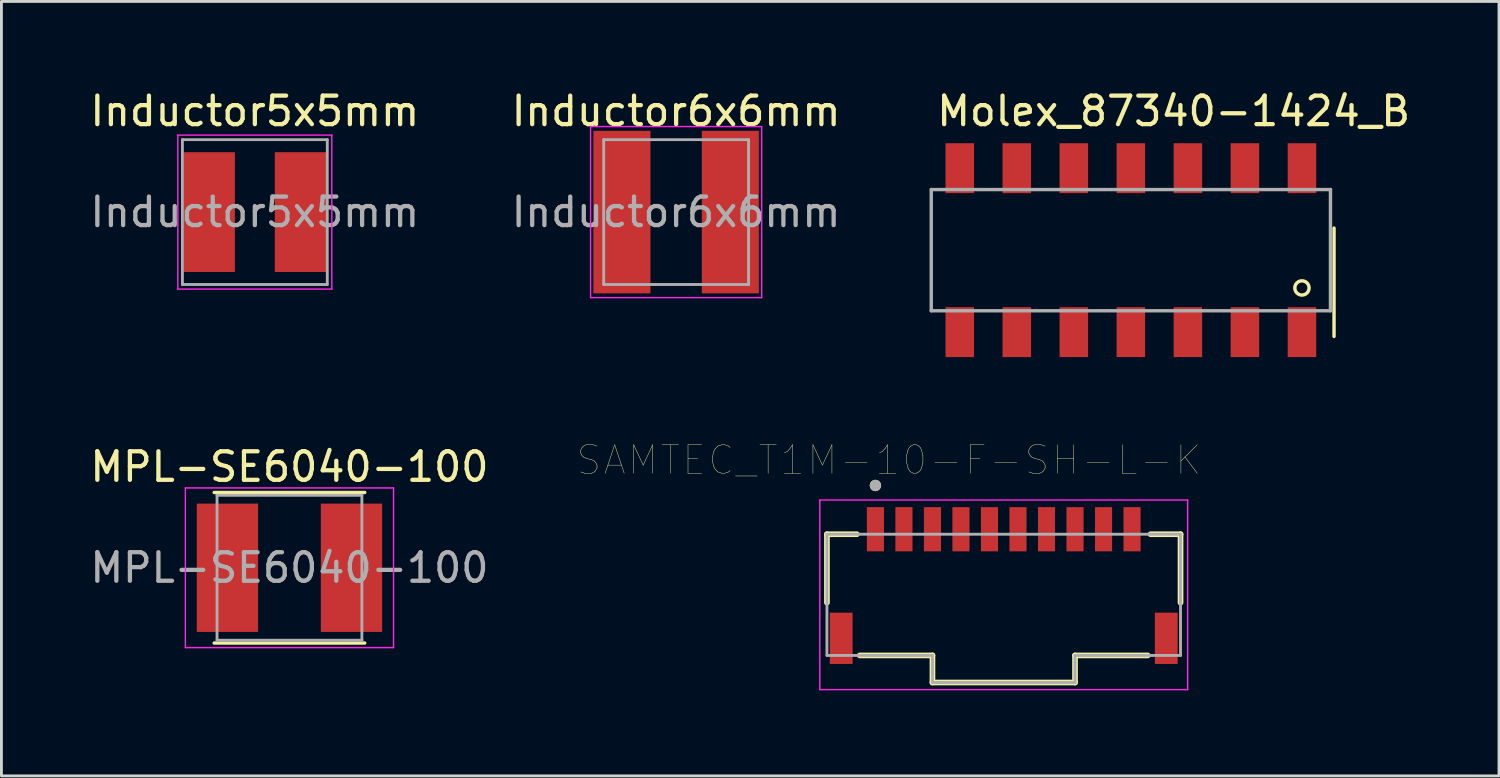
<source format=kicad_pcb>
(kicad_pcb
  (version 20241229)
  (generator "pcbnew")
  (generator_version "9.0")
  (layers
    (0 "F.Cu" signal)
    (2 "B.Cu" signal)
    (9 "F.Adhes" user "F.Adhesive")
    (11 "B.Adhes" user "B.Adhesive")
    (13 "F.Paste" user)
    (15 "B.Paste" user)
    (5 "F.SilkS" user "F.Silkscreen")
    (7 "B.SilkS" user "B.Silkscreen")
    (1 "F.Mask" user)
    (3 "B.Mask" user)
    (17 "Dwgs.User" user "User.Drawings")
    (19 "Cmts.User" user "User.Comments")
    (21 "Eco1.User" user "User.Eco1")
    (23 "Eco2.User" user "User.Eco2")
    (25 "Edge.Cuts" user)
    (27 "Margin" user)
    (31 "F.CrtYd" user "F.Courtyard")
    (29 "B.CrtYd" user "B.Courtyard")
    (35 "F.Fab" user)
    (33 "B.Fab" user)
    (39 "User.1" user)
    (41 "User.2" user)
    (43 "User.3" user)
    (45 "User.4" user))
  (footprint "MPL-SE6040-100"
    (layer "F.Cu")
    (at 7.101 16.861)
    (property "Reference" "MPL-SE6040-100" (at 0 -3.54 0) (layer "F.SilkS") (effects (font (size 1 1) (thickness 0.15))))
    (attr smd)
    (fp_line (start -2.64 -2.64) (end 2.64 -2.64) (stroke (width 0.12) (type solid)) (layer "F.SilkS"))
    (fp_line (start -2.64 2.64) (end 2.64 2.64) (stroke (width 0.12) (type solid)) (layer "F.SilkS"))
    (fp_line (start -3.65 -2.8) (end -3.65 2.8) (stroke (width 0.05) (type solid)) (layer "F.CrtYd"))
    (fp_line (start -3.65 2.8) (end 3.65 2.8) (stroke (width 0.05) (type solid)) (layer "F.CrtYd"))
    (fp_line (start 3.65 -2.8) (end -3.65 -2.8) (stroke (width 0.05) (type solid)) (layer "F.CrtYd"))
    (fp_line (start 3.65 2.8) (end 3.65 -2.8) (stroke (width 0.05) (type solid)) (layer "F.CrtYd"))
    (fp_line (start -2.54 -2.54) (end -2.54 2.54) (stroke (width 0.1) (type solid)) (layer "F.Fab"))
    (fp_line (start -2.54 2.54) (end 2.54 2.54) (stroke (width 0.1) (type solid)) (layer "F.Fab"))
    (fp_line (start 2.54 -2.54) (end -2.54 -2.54) (stroke (width 0.1) (type solid)) (layer "F.Fab"))
    (fp_line (start 2.54 2.54) (end 2.54 -2.54) (stroke (width 0.1) (type solid)) (layer "F.Fab"))
    (fp_text user "${REFERENCE}" (at 0 0 0) (layer "F.Fab") (effects (font (size 1 1) (thickness 0.15))))
    (pad "1" smd rect (at -2.175 0) (size 2.15 4.5) (layers "F.Cu" "F.Mask" "F.Paste"))
    (pad "2" smd rect (at 2.175 0) (size 2.15 4.5) (layers "F.Cu" "F.Mask" "F.Paste")))
  (footprint "Molex_87340-1424_B"
    (layer "F.Cu")
    (at 38.108 0.348)
    (property "Reference" "Molex_87340-1424_B" (at 0 0.5 0) (layer "F.SilkS") (effects (font (size 1 1) (thickness 0.15))))
    (attr through_hole)
    (fp_line (start 5.625 8.4) (end 5.625 4.6) (stroke (width 0.12) (type solid)) (layer "F.SilkS"))
    (fp_circle (center 4.5 6.7) (end 4.75 6.7) (stroke (width 0.12) (type solid)) (fill no) (layer "F.SilkS"))
    (fp_line (start -8.5 3.25) (end 5.5 3.25) (stroke (width 0.12) (type solid)) (layer "F.Fab"))
    (fp_line (start -8.5 7.5) (end -8.5 3.25) (stroke (width 0.12) (type solid)) (layer "F.Fab"))
    (fp_line (start 5.5 3.25) (end 5.5 7.5) (stroke (width 0.12) (type solid)) (layer "F.Fab"))
    (fp_line (start 5.5 7.5) (end -8.5 7.5) (stroke (width 0.12) (type solid)) (layer "F.Fab"))
    (pad "1" smd rect (at 4.5 8.25) (size 1 1.75) (layers "F.Cu" "F.Mask" "F.Paste"))
    (pad "2" smd rect (at 4.5 2.5) (size 1 1.75) (layers "F.Cu" "F.Mask" "F.Paste"))
    (pad "3" smd rect (at 2.5 8.25) (size 1 1.75) (layers "F.Cu" "F.Mask" "F.Paste"))
    (pad "4" smd rect (at 2.5 2.5) (size 1 1.75) (layers "F.Cu" "F.Mask" "F.Paste"))
    (pad "5" smd rect (at 0.5 8.25) (size 1 1.75) (layers "F.Cu" "F.Mask" "F.Paste"))
    (pad "6" smd rect (at 0.5 2.5) (size 1 1.75) (layers "F.Cu" "F.Mask" "F.Paste"))
    (pad "7" smd rect (at -1.5 8.25) (size 1 1.75) (layers "F.Cu" "F.Mask" "F.Paste"))
    (pad "8" smd rect (at -1.5 2.5) (size 1 1.75) (layers "F.Cu" "F.Mask" "F.Paste"))
    (pad "9" smd rect (at -3.5 8.25) (size 1 1.75) (layers "F.Cu" "F.Mask" "F.Paste"))
    (pad "10" smd rect (at -3.5 2.5) (size 1 1.75) (layers "F.Cu" "F.Mask" "F.Paste"))
    (pad "11" smd rect (at -5.5 8.25) (size 1 1.75) (layers "F.Cu" "F.Mask" "F.Paste"))
    (pad "12" smd rect (at -5.5 2.5) (size 1 1.75) (layers "F.Cu" "F.Mask" "F.Paste"))
    (pad "13" smd rect (at -7.5 8.25) (size 1 1.75) (layers "F.Cu" "F.Mask" "F.Paste"))
    (pad "14" smd rect (at -7.5 2.5) (size 1 1.75) (layers "F.Cu" "F.Mask" "F.Paste")))
  (footprint "Inductor6x6mm"
    (layer "F.Cu")
    (at 20.661 4.388)
    (property "Reference" "Inductor6x6mm" (at 0 -3.54 0) (layer "F.SilkS") (effects (font (size 1 1) (thickness 0.15))))
    (attr smd)
    (fp_line (start -3 -3) (end -3 3) (stroke (width 0.05) (type solid)) (layer "F.CrtYd"))
    (fp_line (start -3 3) (end 3 3) (stroke (width 0.05) (type solid)) (layer "F.CrtYd"))
    (fp_line (start 3 -3) (end -3 -3) (stroke (width 0.05) (type solid)) (layer "F.CrtYd"))
    (fp_line (start 3 3) (end 3 -3) (stroke (width 0.05) (type solid)) (layer "F.CrtYd"))
    (fp_line (start -2.54 -2.54) (end -2.54 2.54) (stroke (width 0.1) (type solid)) (layer "F.Fab"))
    (fp_line (start -2.54 2.54) (end 2.54 2.54) (stroke (width 0.1) (type solid)) (layer "F.Fab"))
    (fp_line (start 2.54 -2.54) (end -2.54 -2.54) (stroke (width 0.1) (type solid)) (layer "F.Fab"))
    (fp_line (start 2.54 2.54) (end 2.54 -2.54) (stroke (width 0.1) (type solid)) (layer "F.Fab"))
    (fp_text user "${REFERENCE}" (at 0 0 0) (layer "F.Fab") (effects (font (size 1 1) (thickness 0.15))))
    (pad "1" smd rect (at -1.9 0) (size 2 5.7) (layers "F.Cu" "F.Mask" "F.Paste"))
    (pad "2" smd rect (at 1.9 0) (size 2 5.7) (layers "F.Cu" "F.Mask" "F.Paste")))
  (footprint "Inductor5x5mm"
    (layer "F.Cu")
    (at 5.887 4.388)
    (property "Reference" "Inductor5x5mm" (at 0 -3.54 0) (layer "F.SilkS") (effects (font (size 1 1) (thickness 0.15))))
    (attr smd)
    (fp_line (start -2.7 -2.7) (end -2.7 2.7) (stroke (width 0.05) (type solid)) (layer "F.CrtYd"))
    (fp_line (start -2.7 2.7) (end 2.7 2.7) (stroke (width 0.05) (type solid)) (layer "F.CrtYd"))
    (fp_line (start 2.7 -2.7) (end -2.7 -2.7) (stroke (width 0.05) (type solid)) (layer "F.CrtYd"))
    (fp_line (start 2.7 2.7) (end 2.7 -2.7) (stroke (width 0.05) (type solid)) (layer "F.CrtYd"))
    (fp_line (start -2.54 -2.54) (end -2.54 2.54) (stroke (width 0.1) (type solid)) (layer "F.Fab"))
    (fp_line (start -2.54 2.54) (end 2.54 2.54) (stroke (width 0.1) (type solid)) (layer "F.Fab"))
    (fp_line (start 2.54 -2.54) (end -2.54 -2.54) (stroke (width 0.1) (type solid)) (layer "F.Fab"))
    (fp_line (start 2.54 2.54) (end 2.54 -2.54) (stroke (width 0.1) (type solid)) (layer "F.Fab"))
    (fp_text user "${REFERENCE}" (at 0 0 0) (layer "F.Fab") (effects (font (size 1 1) (thickness 0.15))))
    (pad "1" smd rect (at -1.6 0) (size 1.8 4.2) (layers "F.Cu" "F.Mask" "F.Paste"))
    (pad "2" smd rect (at 1.6 0) (size 1.8 4.2) (layers "F.Cu" "F.Mask" "F.Paste")))
  (footprint "SAMTEC_T1M-10-F-SH-L-K"
    (layer "F.Cu")
    (at 32.15 15.51)
    (property "Reference" "SAMTEC_T1M-10-F-SH-L-K" (at -4.025 -2.425 0) (layer "F.SilkS") (effects (font (size 1 1) (thickness 0.015))))
    (attr through_hole)
    (fp_line (start -6.2 0.175) (end -6.2 2.575) (stroke (width 0.2) (type solid)) (layer "F.SilkS"))
    (fp_line (start -6.2 0.175) (end -5.15 0.175) (stroke (width 0.2) (type solid)) (layer "F.SilkS"))
    (fp_line (start -5.05 4.425) (end -2.5 4.425) (stroke (width 0.2) (type solid)) (layer "F.SilkS"))
    (fp_line (start -2.5 4.425) (end -2.5 5.375) (stroke (width 0.2) (type solid)) (layer "F.SilkS"))
    (fp_line (start -2.5 5.375) (end 2.5 5.375) (stroke (width 0.2) (type solid)) (layer "F.SilkS"))
    (fp_line (start 2.5 4.425) (end 2.5 5.375) (stroke (width 0.2) (type solid)) (layer "F.SilkS"))
    (fp_line (start 5.05 4.425) (end 2.5 4.425) (stroke (width 0.2) (type solid)) (layer "F.SilkS"))
    (fp_line (start 6.2 0.175) (end 5.15 0.175) (stroke (width 0.2) (type solid)) (layer "F.SilkS"))
    (fp_line (start 6.2 0.175) (end 6.2 2.575) (stroke (width 0.2) (type solid)) (layer "F.SilkS"))
    (fp_circle (center -4.5 -1.535) (end -4.4 -1.535) (stroke (width 0.2) (type solid)) (fill no) (layer "F.SilkS"))
    (fp_line (start -6.45 -1.025) (end 6.45 -1.025) (stroke (width 0.05) (type solid)) (layer "F.CrtYd"))
    (fp_line (start -6.45 5.625) (end -6.45 -1.025) (stroke (width 0.05) (type solid)) (layer "F.CrtYd"))
    (fp_line (start 6.45 -1.025) (end 6.45 5.625) (stroke (width 0.05) (type solid)) (layer "F.CrtYd"))
    (fp_line (start 6.45 5.625) (end -6.45 5.625) (stroke (width 0.05) (type solid)) (layer "F.CrtYd"))
    (fp_line (start -6.2 0.175) (end -6.2 4.425) (stroke (width 0.1) (type solid)) (layer "F.Fab"))
    (fp_line (start -6.2 0.175) (end 6.2 0.175) (stroke (width 0.1) (type solid)) (layer "F.Fab"))
    (fp_line (start -6.2 4.425) (end -2.5 4.425) (stroke (width 0.1) (type solid)) (layer "F.Fab"))
    (fp_line (start -2.5 4.425) (end -2.5 5.375) (stroke (width 0.1) (type solid)) (layer "F.Fab"))
    (fp_line (start -2.5 5.375) (end 2.5 5.375) (stroke (width 0.1) (type solid)) (layer "F.Fab"))
    (fp_line (start 2.5 4.425) (end 2.5 5.375) (stroke (width 0.1) (type solid)) (layer "F.Fab"))
    (fp_line (start 6.2 0.175) (end 6.2 4.425) (stroke (width 0.1) (type solid)) (layer "F.Fab"))
    (fp_line (start 6.2 4.425) (end 2.5 4.425) (stroke (width 0.1) (type solid)) (layer "F.Fab"))
    (fp_circle (center -4.5 -1.535) (end -4.4 -1.535) (stroke (width 0.2) (type solid)) (fill no) (layer "F.Fab"))
    (pad "01" smd rect (at -4.5 0) (size 0.6 1.55) (layers "F.Cu" "F.Mask" "F.Paste"))
    (pad "02" smd rect (at -3.5 0) (size 0.6 1.55) (layers "F.Cu" "F.Mask" "F.Paste"))
    (pad "03" smd rect (at -2.5 0) (size 0.6 1.55) (layers "F.Cu" "F.Mask" "F.Paste"))
    (pad "04" smd rect (at -1.5 0) (size 0.6 1.55) (layers "F.Cu" "F.Mask" "F.Paste"))
    (pad "05" smd rect (at -0.5 0) (size 0.6 1.55) (layers "F.Cu" "F.Mask" "F.Paste"))
    (pad "06" smd rect (at 0.5 0) (size 0.6 1.55) (layers "F.Cu" "F.Mask" "F.Paste"))
    (pad "07" smd rect (at 1.5 0) (size 0.6 1.55) (layers "F.Cu" "F.Mask" "F.Paste"))
    (pad "08" smd rect (at 2.5 0) (size 0.6 1.55) (layers "F.Cu" "F.Mask" "F.Paste"))
    (pad "09" smd rect (at 3.5 0) (size 0.6 1.55) (layers "F.Cu" "F.Mask" "F.Paste"))
    (pad "10" smd rect (at 4.5 0) (size 0.6 1.55) (layers "F.Cu" "F.Mask" "F.Paste"))
    (pad "S1" smd rect (at -5.7 3.825) (size 0.8 1.8) (layers "F.Cu" "F.Mask" "F.Paste"))
    (pad "S2" smd rect (at 5.7 3.825) (size 0.8 1.8) (layers "F.Cu" "F.Mask" "F.Paste")))
  (gr_rect
    (start -3 -3)
    (end 49.518 24.16)
    (stroke (width 0.1) (type default))
    (fill no)
    (layer "Edge.Cuts")))
</source>
